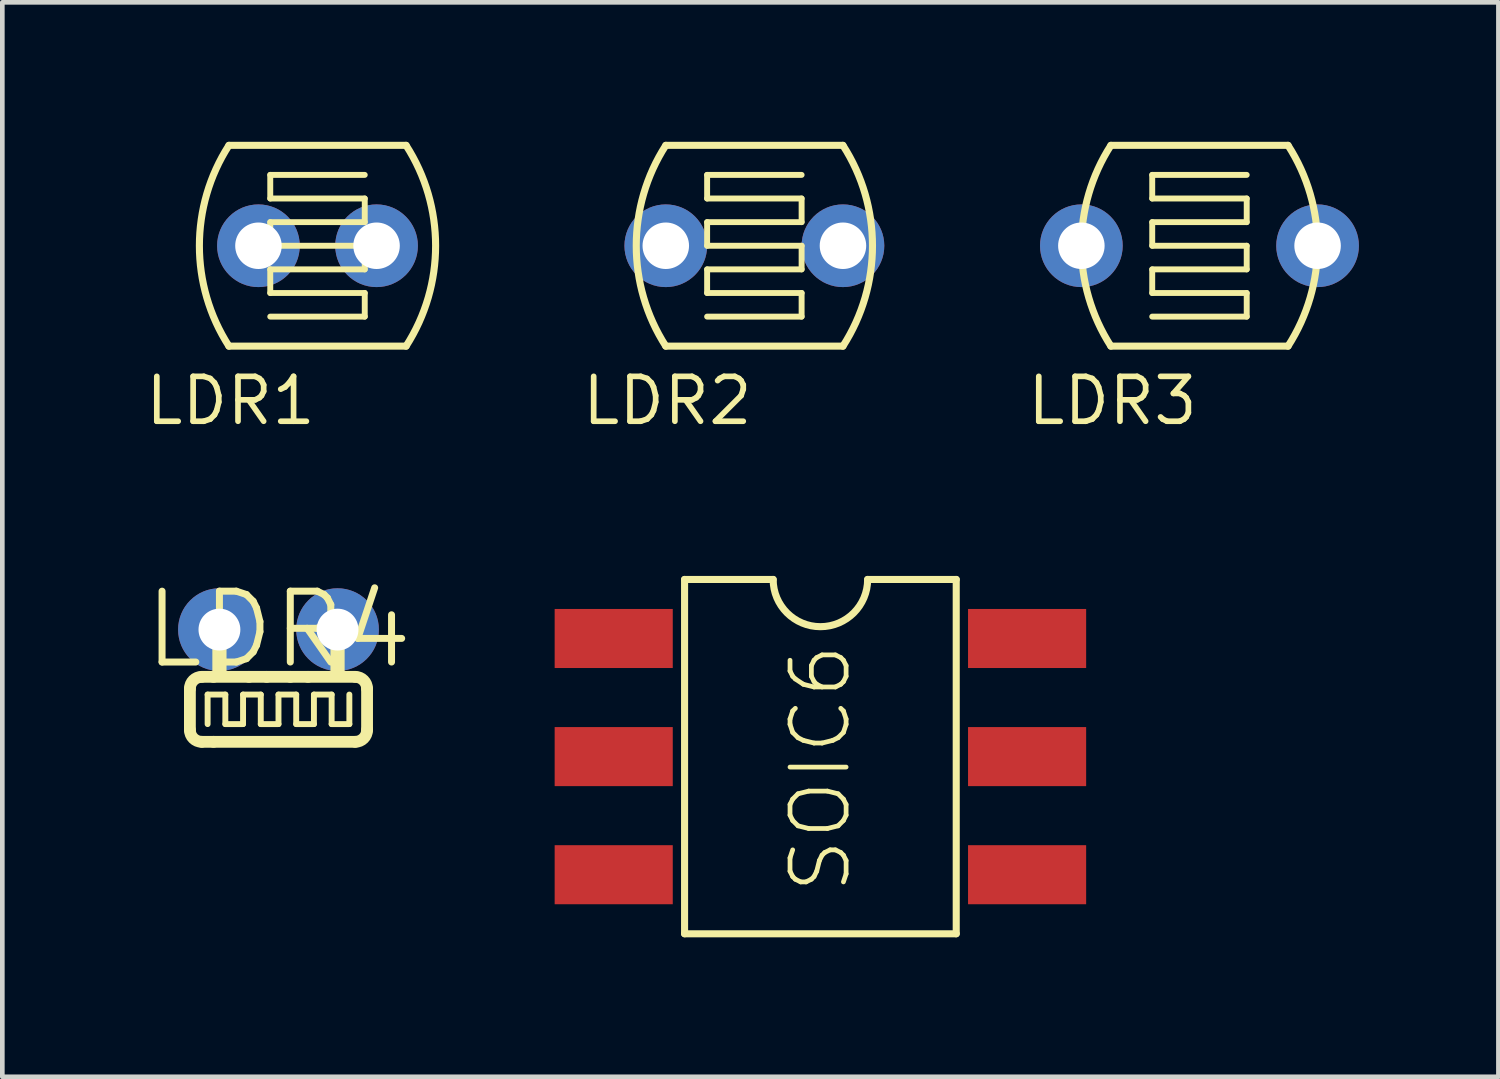
<source format=kicad_pcb>
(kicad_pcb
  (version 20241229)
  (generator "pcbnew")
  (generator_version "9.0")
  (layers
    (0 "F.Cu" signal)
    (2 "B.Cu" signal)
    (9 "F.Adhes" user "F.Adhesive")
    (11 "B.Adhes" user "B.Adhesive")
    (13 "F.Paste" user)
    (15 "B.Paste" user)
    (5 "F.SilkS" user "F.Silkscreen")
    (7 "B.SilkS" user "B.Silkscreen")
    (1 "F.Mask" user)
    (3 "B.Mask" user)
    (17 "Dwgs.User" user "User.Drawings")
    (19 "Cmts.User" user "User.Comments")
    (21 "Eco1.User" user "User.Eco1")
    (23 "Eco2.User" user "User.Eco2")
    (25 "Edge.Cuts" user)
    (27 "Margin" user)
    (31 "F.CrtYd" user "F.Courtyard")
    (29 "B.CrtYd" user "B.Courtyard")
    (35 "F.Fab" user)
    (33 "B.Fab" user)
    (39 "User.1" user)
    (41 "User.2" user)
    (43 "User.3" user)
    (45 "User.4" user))
  (footprint "SOIC6"
    (layer "F.Cu")
    (at 14.593 13.221)
    (property "Reference" "SOIC6" (at 0 0.254 90) (layer "F.SilkS") (effects (font (size 1.206 1.206) (thickness 0.102))))
    (attr through_hole)
    (fp_line (start -2.921 -3.81) (end -2.921 3.81) (stroke (width 0.152) (type solid)) (layer "F.SilkS"))
    (fp_line (start -2.921 -3.81) (end -1.016 -3.81) (stroke (width 0.152) (type solid)) (layer "F.SilkS"))
    (fp_line (start 2.921 -3.81) (end 1.016 -3.81) (stroke (width 0.152) (type solid)) (layer "F.SilkS"))
    (fp_line (start 2.921 3.81) (end -2.921 3.81) (stroke (width 0.152) (type solid)) (layer "F.SilkS"))
    (fp_line (start 2.921 3.81) (end 2.921 -3.81) (stroke (width 0.152) (type solid)) (layer "F.SilkS"))
    (fp_arc (start 1.016 -3.81) (mid 0 -2.794) (end -1.016 -3.81) (stroke (width 0.1524) (type solid)) (layer "F.SilkS"))
    (pad "1" smd rect (at -4.445 -2.54) (size 2.54 1.27) (layers "F.Cu" "F.Mask" "F.Paste"))
    (pad "2" smd rect (at -4.445 0) (size 2.54 1.27) (layers "F.Cu" "F.Mask" "F.Paste"))
    (pad "3" smd rect (at -4.445 2.54) (size 2.54 1.27) (layers "F.Cu" "F.Mask" "F.Paste"))
    (pad "4" smd rect (at 4.445 2.54) (size 2.54 1.27) (layers "F.Cu" "F.Mask" "F.Paste"))
    (pad "5" smd rect (at 4.445 0) (size 2.54 1.27) (layers "F.Cu" "F.Mask" "F.Paste"))
    (pad "6" smd rect (at 4.445 -2.54) (size 2.54 1.27) (layers "F.Cu" "F.Mask" "F.Paste")))
  (footprint "LDR3"
    (layer "F.Cu")
    (at 22.745 2.235)
    (property "Reference" "LDR3" (at 0.025 2.769 0) (layer "F.SilkS") (effects (font (size 0.965 0.965) (thickness 0.122)) (justify right top)))
    (attr through_hole)
    (fp_line (start -1.905 -2.159) (end 1.905 -2.159) (stroke (width 0.152) (type solid)) (layer "F.SilkS"))
    (fp_line (start -1.016 -1.524) (end 1.016 -1.524) (stroke (width 0.127) (type solid)) (layer "F.SilkS"))
    (fp_line (start -1.016 -1.016) (end -1.016 -1.524) (stroke (width 0.127) (type solid)) (layer "F.SilkS"))
    (fp_line (start -1.016 -0.508) (end 1.016 -0.508) (stroke (width 0.127) (type solid)) (layer "F.SilkS"))
    (fp_line (start -1.016 0) (end -1.016 -0.508) (stroke (width 0.127) (type solid)) (layer "F.SilkS"))
    (fp_line (start -1.016 0.508) (end 1.016 0.508) (stroke (width 0.127) (type solid)) (layer "F.SilkS"))
    (fp_line (start -1.016 1.016) (end -1.016 0.508) (stroke (width 0.127) (type solid)) (layer "F.SilkS"))
    (fp_line (start -1.016 1.524) (end 1.016 1.524) (stroke (width 0.127) (type solid)) (layer "F.SilkS"))
    (fp_line (start 1.016 -1.016) (end -1.016 -1.016) (stroke (width 0.127) (type solid)) (layer "F.SilkS"))
    (fp_line (start 1.016 -0.508) (end 1.016 -1.016) (stroke (width 0.127) (type solid)) (layer "F.SilkS"))
    (fp_line (start 1.016 0) (end -1.016 0) (stroke (width 0.127) (type solid)) (layer "F.SilkS"))
    (fp_line (start 1.016 0.508) (end 1.016 0) (stroke (width 0.127) (type solid)) (layer "F.SilkS"))
    (fp_line (start 1.016 1.016) (end -1.016 1.016) (stroke (width 0.127) (type solid)) (layer "F.SilkS"))
    (fp_line (start 1.016 1.524) (end 1.016 1.016) (stroke (width 0.127) (type solid)) (layer "F.SilkS"))
    (fp_line (start 1.905 2.159) (end -1.905 2.159) (stroke (width 0.152) (type solid)) (layer "F.SilkS"))
    (fp_arc (start -1.905 2.159) (mid -2.540016 0) (end -1.905 -2.159) (stroke (width 0.1524) (type solid)) (layer "F.SilkS"))
    (fp_arc (start 1.905 -2.159) (mid 2.540016 0) (end 1.905 2.159) (stroke (width 0.1524) (type solid)) (layer "F.SilkS"))
    (pad "1" thru_hole oval (at -2.54 0 90) (size 1.778 1.778) (drill 1) (layers "*.Cu" "*.Mask"))
    (pad "2" thru_hole oval (at 2.54 0 90) (size 1.778 1.778) (drill 1) (layers "*.Cu" "*.Mask")))
  (footprint "LDR1"
    (layer "F.Cu")
    (at 3.778 2.235)
    (property "Reference" "LDR1" (at 0.025 2.769 0) (layer "F.SilkS") (effects (font (size 0.965 0.965) (thickness 0.122)) (justify right top)))
    (attr through_hole)
    (fp_line (start -1.905 -2.159) (end 1.905 -2.159) (stroke (width 0.152) (type solid)) (layer "F.SilkS"))
    (fp_line (start -1.016 -1.524) (end 1.016 -1.524) (stroke (width 0.127) (type solid)) (layer "F.SilkS"))
    (fp_line (start -1.016 -1.016) (end -1.016 -1.524) (stroke (width 0.127) (type solid)) (layer "F.SilkS"))
    (fp_line (start -1.016 -0.508) (end 1.016 -0.508) (stroke (width 0.127) (type solid)) (layer "F.SilkS"))
    (fp_line (start -1.016 0) (end -1.016 -0.508) (stroke (width 0.127) (type solid)) (layer "F.SilkS"))
    (fp_line (start -1.016 0.508) (end 1.016 0.508) (stroke (width 0.127) (type solid)) (layer "F.SilkS"))
    (fp_line (start -1.016 1.016) (end -1.016 0.508) (stroke (width 0.127) (type solid)) (layer "F.SilkS"))
    (fp_line (start -1.016 1.524) (end 1.016 1.524) (stroke (width 0.127) (type solid)) (layer "F.SilkS"))
    (fp_line (start 1.016 -1.016) (end -1.016 -1.016) (stroke (width 0.127) (type solid)) (layer "F.SilkS"))
    (fp_line (start 1.016 -0.508) (end 1.016 -1.016) (stroke (width 0.127) (type solid)) (layer "F.SilkS"))
    (fp_line (start 1.016 0) (end -1.016 0) (stroke (width 0.127) (type solid)) (layer "F.SilkS"))
    (fp_line (start 1.016 0.508) (end 1.016 0) (stroke (width 0.127) (type solid)) (layer "F.SilkS"))
    (fp_line (start 1.016 1.016) (end -1.016 1.016) (stroke (width 0.127) (type solid)) (layer "F.SilkS"))
    (fp_line (start 1.016 1.524) (end 1.016 1.016) (stroke (width 0.127) (type solid)) (layer "F.SilkS"))
    (fp_line (start 1.905 2.159) (end -1.905 2.159) (stroke (width 0.152) (type solid)) (layer "F.SilkS"))
    (fp_arc (start -1.905 2.159) (mid -2.540016 0) (end -1.905 -2.159) (stroke (width 0.1524) (type solid)) (layer "F.SilkS"))
    (fp_arc (start 1.905 -2.159) (mid 2.540016 0) (end 1.905 2.159) (stroke (width 0.1524) (type solid)) (layer "F.SilkS"))
    (pad "1" thru_hole oval (at -1.27 0 90) (size 1.778 1.778) (drill 1) (layers "*.Cu" "*.Mask"))
    (pad "2" thru_hole oval (at 1.27 0 90) (size 1.778 1.778) (drill 1) (layers "*.Cu" "*.Mask")))
  (footprint "LDR2"
    (layer "F.Cu")
    (at 13.173 2.235)
    (property "Reference" "LDR2" (at 0.025 2.769 0) (layer "F.SilkS") (effects (font (size 0.965 0.965) (thickness 0.122)) (justify right top)))
    (attr through_hole)
    (fp_line (start -1.905 -2.159) (end 1.905 -2.159) (stroke (width 0.152) (type solid)) (layer "F.SilkS"))
    (fp_line (start -1.016 -1.524) (end 1.016 -1.524) (stroke (width 0.127) (type solid)) (layer "F.SilkS"))
    (fp_line (start -1.016 -1.016) (end -1.016 -1.524) (stroke (width 0.127) (type solid)) (layer "F.SilkS"))
    (fp_line (start -1.016 -0.508) (end 1.016 -0.508) (stroke (width 0.127) (type solid)) (layer "F.SilkS"))
    (fp_line (start -1.016 0) (end -1.016 -0.508) (stroke (width 0.127) (type solid)) (layer "F.SilkS"))
    (fp_line (start -1.016 0.508) (end 1.016 0.508) (stroke (width 0.127) (type solid)) (layer "F.SilkS"))
    (fp_line (start -1.016 1.016) (end -1.016 0.508) (stroke (width 0.127) (type solid)) (layer "F.SilkS"))
    (fp_line (start -1.016 1.524) (end 1.016 1.524) (stroke (width 0.127) (type solid)) (layer "F.SilkS"))
    (fp_line (start 1.016 -1.016) (end -1.016 -1.016) (stroke (width 0.127) (type solid)) (layer "F.SilkS"))
    (fp_line (start 1.016 -0.508) (end 1.016 -1.016) (stroke (width 0.127) (type solid)) (layer "F.SilkS"))
    (fp_line (start 1.016 0) (end -1.016 0) (stroke (width 0.127) (type solid)) (layer "F.SilkS"))
    (fp_line (start 1.016 0.508) (end 1.016 0) (stroke (width 0.127) (type solid)) (layer "F.SilkS"))
    (fp_line (start 1.016 1.016) (end -1.016 1.016) (stroke (width 0.127) (type solid)) (layer "F.SilkS"))
    (fp_line (start 1.016 1.524) (end 1.016 1.016) (stroke (width 0.127) (type solid)) (layer "F.SilkS"))
    (fp_line (start 1.905 2.159) (end -1.905 2.159) (stroke (width 0.152) (type solid)) (layer "F.SilkS"))
    (fp_arc (start -1.905 2.159) (mid -2.540016 0) (end -1.905 -2.159) (stroke (width 0.1524) (type solid)) (layer "F.SilkS"))
    (fp_arc (start 1.905 -2.159) (mid 2.540016 0) (end 1.905 2.159) (stroke (width 0.1524) (type solid)) (layer "F.SilkS"))
    (pad "1" thru_hole oval (at -1.905 0 90) (size 1.778 1.778) (drill 1) (layers "*.Cu" "*.Mask"))
    (pad "2" thru_hole oval (at 1.905 0 90) (size 1.778 1.778) (drill 1) (layers "*.Cu" "*.Mask")))
  (footprint "LDR4"
    (layer "F.Cu")
    (at 2.939 10.49)
    (property "Reference" "LDR4" (at 0 0 0) (layer "F.SilkS") (effects (font (size 1.524 1.524) (thickness 0.15))))
    (attr through_hole)
    (fp_line (start -1.905 2.159) (end -1.905 1.27) (stroke (width 0.254) (type solid)) (layer "F.SilkS"))
    (fp_line (start -1.651 1.016) (end -1.397 1.016) (stroke (width 0.254) (type solid)) (layer "F.SilkS"))
    (fp_line (start -1.524 1.397) (end -1.143 1.397) (stroke (width 0.127) (type solid)) (layer "F.SilkS"))
    (fp_line (start -1.524 2.032) (end -1.524 1.397) (stroke (width 0.127) (type solid)) (layer "F.SilkS"))
    (fp_line (start -1.397 1.016) (end -0.635 1.016) (stroke (width 0.254) (type solid)) (layer "F.SilkS"))
    (fp_line (start -1.397 2.413) (end -1.651 2.413) (stroke (width 0.254) (type solid)) (layer "F.SilkS"))
    (fp_line (start -1.27 0) (end -1.27 0.889) (stroke (width 0.305) (type solid)) (layer "F.SilkS"))
    (fp_line (start -1.143 1.397) (end -1.143 2.032) (stroke (width 0.127) (type solid)) (layer "F.SilkS"))
    (fp_line (start -1.143 2.032) (end -0.762 2.032) (stroke (width 0.127) (type solid)) (layer "F.SilkS"))
    (fp_line (start -0.762 1.397) (end -0.381 1.397) (stroke (width 0.127) (type solid)) (layer "F.SilkS"))
    (fp_line (start -0.762 2.032) (end -0.762 1.397) (stroke (width 0.127) (type solid)) (layer "F.SilkS"))
    (fp_line (start -0.635 1.016) (end -0.254 1.016) (stroke (width 0.254) (type solid)) (layer "F.SilkS"))
    (fp_line (start -0.381 1.397) (end -0.381 2.032) (stroke (width 0.127) (type solid)) (layer "F.SilkS"))
    (fp_line (start -0.381 2.032) (end 0 2.032) (stroke (width 0.127) (type solid)) (layer "F.SilkS"))
    (fp_line (start -0.254 1.016) (end 0.254 1.016) (stroke (width 0.254) (type solid)) (layer "F.SilkS"))
    (fp_line (start 0 1.397) (end 0.381 1.397) (stroke (width 0.127) (type solid)) (layer "F.SilkS"))
    (fp_line (start 0 2.032) (end 0 1.397) (stroke (width 0.127) (type solid)) (layer "F.SilkS"))
    (fp_line (start 0.254 1.016) (end 0.635 1.016) (stroke (width 0.254) (type solid)) (layer "F.SilkS"))
    (fp_line (start 0.381 1.397) (end 0.381 2.032) (stroke (width 0.127) (type solid)) (layer "F.SilkS"))
    (fp_line (start 0.381 2.032) (end 0.762 2.032) (stroke (width 0.127) (type solid)) (layer "F.SilkS"))
    (fp_line (start 0.635 1.016) (end 1.651 1.016) (stroke (width 0.254) (type solid)) (layer "F.SilkS"))
    (fp_line (start 0.762 1.397) (end 1.143 1.397) (stroke (width 0.127) (type solid)) (layer "F.SilkS"))
    (fp_line (start 0.762 2.032) (end 0.762 1.397) (stroke (width 0.127) (type solid)) (layer "F.SilkS"))
    (fp_line (start 1.143 1.397) (end 1.143 2.032) (stroke (width 0.127) (type solid)) (layer "F.SilkS"))
    (fp_line (start 1.143 2.032) (end 1.524 2.032) (stroke (width 0.127) (type solid)) (layer "F.SilkS"))
    (fp_line (start 1.27 0) (end 1.27 0.889) (stroke (width 0.305) (type solid)) (layer "F.SilkS"))
    (fp_line (start 1.524 2.032) (end 1.524 1.397) (stroke (width 0.127) (type solid)) (layer "F.SilkS"))
    (fp_line (start 1.651 2.413) (end -1.397 2.413) (stroke (width 0.254) (type solid)) (layer "F.SilkS"))
    (fp_line (start 1.905 1.27) (end 1.905 2.159) (stroke (width 0.254) (type solid)) (layer "F.SilkS"))
    (fp_arc (start -1.905 1.27) (mid -1.830605 1.090395) (end -1.651 1.016) (stroke (width 0.254) (type solid)) (layer "F.SilkS"))
    (fp_arc (start -1.651 2.413) (mid -1.830605 2.338605) (end -1.905 2.159) (stroke (width 0.254) (type solid)) (layer "F.SilkS"))
    (fp_arc (start 1.651 1.016) (mid 1.830605 1.090395) (end 1.905 1.27) (stroke (width 0.254) (type solid)) (layer "F.SilkS"))
    (fp_arc (start 1.905 2.159) (mid 1.830605 2.338605) (end 1.651 2.413) (stroke (width 0.254) (type solid)) (layer "F.SilkS"))
    (pad "1" thru_hole oval (at -1.27 0) (size 1.778 1.778) (drill 0.9) (layers "*.Cu" "*.Mask"))
    (pad "2" thru_hole oval (at 1.27 0) (size 1.778 1.778) (drill 0.9) (layers "*.Cu" "*.Mask")))
  (gr_rect
    (start -3 -3)
    (end 29.174 20.107)
    (stroke (width 0.1) (type default))
    (fill no)
    (layer "Edge.Cuts")))
</source>
